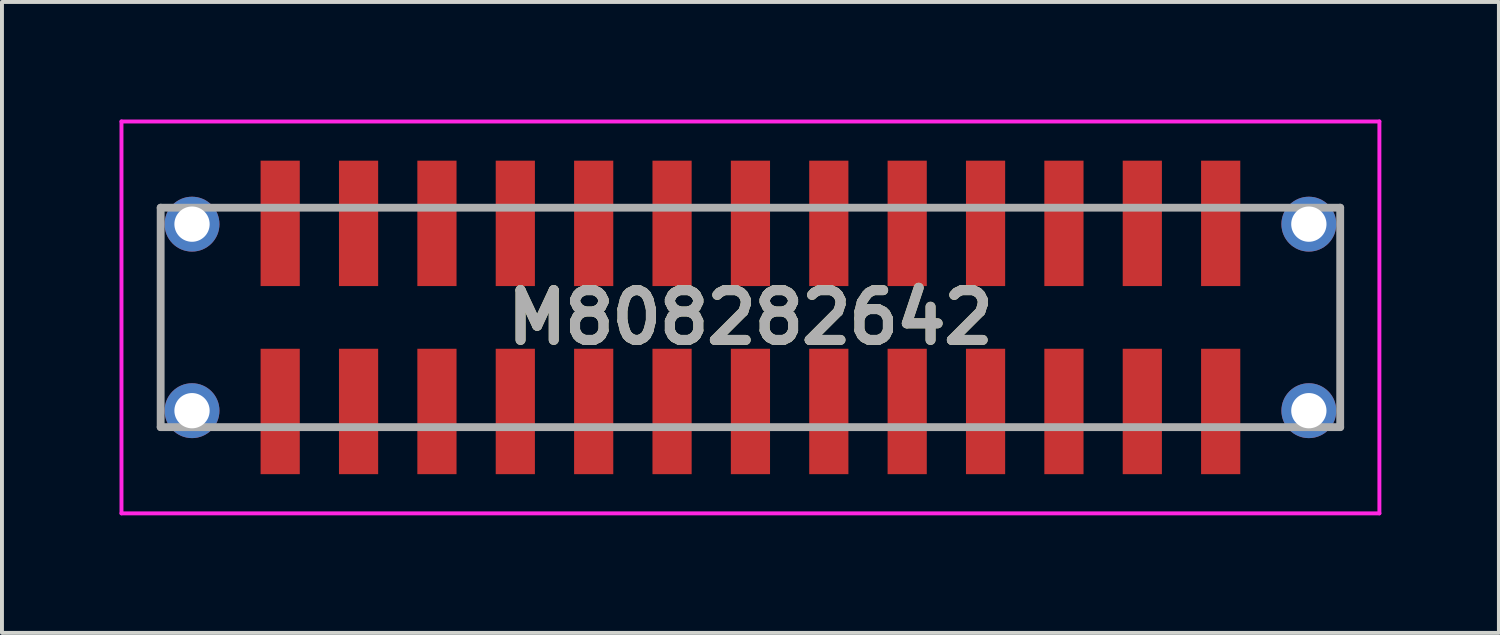
<source format=kicad_pcb>
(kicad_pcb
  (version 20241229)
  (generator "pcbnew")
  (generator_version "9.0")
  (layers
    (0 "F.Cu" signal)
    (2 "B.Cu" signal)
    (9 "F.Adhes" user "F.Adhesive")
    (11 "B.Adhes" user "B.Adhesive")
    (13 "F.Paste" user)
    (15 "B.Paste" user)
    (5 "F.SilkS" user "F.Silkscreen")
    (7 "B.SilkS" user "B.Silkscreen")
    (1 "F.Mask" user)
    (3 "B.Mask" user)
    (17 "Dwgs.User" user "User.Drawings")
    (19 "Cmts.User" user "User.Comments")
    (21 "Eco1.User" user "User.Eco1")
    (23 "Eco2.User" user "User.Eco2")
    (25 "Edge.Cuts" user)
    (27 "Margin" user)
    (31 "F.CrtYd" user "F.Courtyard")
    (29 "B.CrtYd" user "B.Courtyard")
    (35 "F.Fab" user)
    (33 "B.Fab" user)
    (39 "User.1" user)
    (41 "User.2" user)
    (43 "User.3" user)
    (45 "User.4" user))
  (footprint "M808282642"
    (layer "F.Cu")
    (at 16.1 5.05)
    (property "Reference" "M808282642" (at 0 0 0) (layer "F.SilkS") (effects (font (size 1.27 1.27) (thickness 0.254))))
    (attr through_hole)
    (fp_line (start -15.05 1) (end -15.05 -1) (stroke (width 0.1) (type solid)) (layer "F.SilkS"))
    (fp_line (start 15.05 1.5) (end 15.05 -1) (stroke (width 0.1) (type solid)) (layer "F.SilkS"))
    (fp_line (start -16.05 -5) (end 16.05 -5) (stroke (width 0.1) (type solid)) (layer "F.CrtYd"))
    (fp_line (start -16.05 5) (end -16.05 -5) (stroke (width 0.1) (type solid)) (layer "F.CrtYd"))
    (fp_line (start 16.05 -5) (end 16.05 5) (stroke (width 0.1) (type solid)) (layer "F.CrtYd"))
    (fp_line (start 16.05 5) (end -16.05 5) (stroke (width 0.1) (type solid)) (layer "F.CrtYd"))
    (fp_line (start -15.05 -2.8) (end 15.05 -2.8) (stroke (width 0.2) (type solid)) (layer "F.Fab"))
    (fp_line (start -15.05 2.8) (end -15.05 -2.8) (stroke (width 0.2) (type solid)) (layer "F.Fab"))
    (fp_line (start 15.05 -2.8) (end 15.05 2.8) (stroke (width 0.2) (type solid)) (layer "F.Fab"))
    (fp_line (start 15.05 2.8) (end -15.05 2.8) (stroke (width 0.2) (type solid)) (layer "F.Fab"))
    (fp_text user "${REFERENCE}" (at 0 0 0) (layer "F.Fab") (effects (font (size 1.27 1.27) (thickness 0.254))))
    (pad "1" smd rect (at 12 -2.4) (size 1 3.2) (layers "F.Cu" "F.Mask" "F.Paste"))
    (pad "2" smd rect (at 10 -2.4) (size 1 3.2) (layers "F.Cu" "F.Mask" "F.Paste"))
    (pad "3" smd rect (at 8 -2.4) (size 1 3.2) (layers "F.Cu" "F.Mask" "F.Paste"))
    (pad "4" smd rect (at 6 -2.4) (size 1 3.2) (layers "F.Cu" "F.Mask" "F.Paste"))
    (pad "5" smd rect (at 4 -2.4) (size 1 3.2) (layers "F.Cu" "F.Mask" "F.Paste"))
    (pad "6" smd rect (at 2 -2.4) (size 1 3.2) (layers "F.Cu" "F.Mask" "F.Paste"))
    (pad "7" smd rect (at 0 -2.4) (size 1 3.2) (layers "F.Cu" "F.Mask" "F.Paste"))
    (pad "8" smd rect (at -2 -2.4) (size 1 3.2) (layers "F.Cu" "F.Mask" "F.Paste"))
    (pad "9" smd rect (at -4 -2.4) (size 1 3.2) (layers "F.Cu" "F.Mask" "F.Paste"))
    (pad "10" smd rect (at -6 -2.4) (size 1 3.2) (layers "F.Cu" "F.Mask" "F.Paste"))
    (pad "11" smd rect (at -8 -2.4) (size 1 3.2) (layers "F.Cu" "F.Mask" "F.Paste"))
    (pad "12" smd rect (at -10 -2.4) (size 1 3.2) (layers "F.Cu" "F.Mask" "F.Paste"))
    (pad "13" smd rect (at -12 -2.4) (size 1 3.2) (layers "F.Cu" "F.Mask" "F.Paste"))
    (pad "14" smd rect (at 12 2.4) (size 1 3.2) (layers "F.Cu" "F.Mask" "F.Paste"))
    (pad "15" smd rect (at 10 2.4) (size 1 3.2) (layers "F.Cu" "F.Mask" "F.Paste"))
    (pad "16" smd rect (at 8 2.4) (size 1 3.2) (layers "F.Cu" "F.Mask" "F.Paste"))
    (pad "17" smd rect (at 6 2.4) (size 1 3.2) (layers "F.Cu" "F.Mask" "F.Paste"))
    (pad "18" smd rect (at 4 2.4) (size 1 3.2) (layers "F.Cu" "F.Mask" "F.Paste"))
    (pad "19" smd rect (at 2 2.4) (size 1 3.2) (layers "F.Cu" "F.Mask" "F.Paste"))
    (pad "20" smd rect (at 0 2.4) (size 1 3.2) (layers "F.Cu" "F.Mask" "F.Paste"))
    (pad "21" smd rect (at -2 2.4) (size 1 3.2) (layers "F.Cu" "F.Mask" "F.Paste"))
    (pad "22" smd rect (at -4 2.4) (size 1 3.2) (layers "F.Cu" "F.Mask" "F.Paste"))
    (pad "23" smd rect (at -6 2.4) (size 1 3.2) (layers "F.Cu" "F.Mask" "F.Paste"))
    (pad "24" smd rect (at -8 2.4) (size 1 3.2) (layers "F.Cu" "F.Mask" "F.Paste"))
    (pad "25" smd rect (at -10 2.4) (size 1 3.2) (layers "F.Cu" "F.Mask" "F.Paste"))
    (pad "26" smd rect (at -12 2.4) (size 1 3.2) (layers "F.Cu" "F.Mask" "F.Paste"))
    (pad "MH1" thru_hole circle (at 14.25 2.38) (size 1.4 1.4) (drill 0.9) (layers "*.Cu" "*.Mask"))
    (pad "MH2" thru_hole circle (at 14.25 -2.38) (size 1.4 1.4) (drill 0.9) (layers "*.Cu" "*.Mask"))
    (pad "MH3" thru_hole circle (at -14.25 -2.38) (size 1.4 1.4) (drill 0.9) (layers "*.Cu" "*.Mask"))
    (pad "MH4" thru_hole circle (at -14.25 2.38) (size 1.4 1.4) (drill 0.9) (layers "*.Cu" "*.Mask")))
  (gr_rect
    (start -3 -3)
    (end 35.2 13.1)
    (stroke (width 0.1) (type default))
    (fill no)
    (layer "Edge.Cuts")))
</source>
